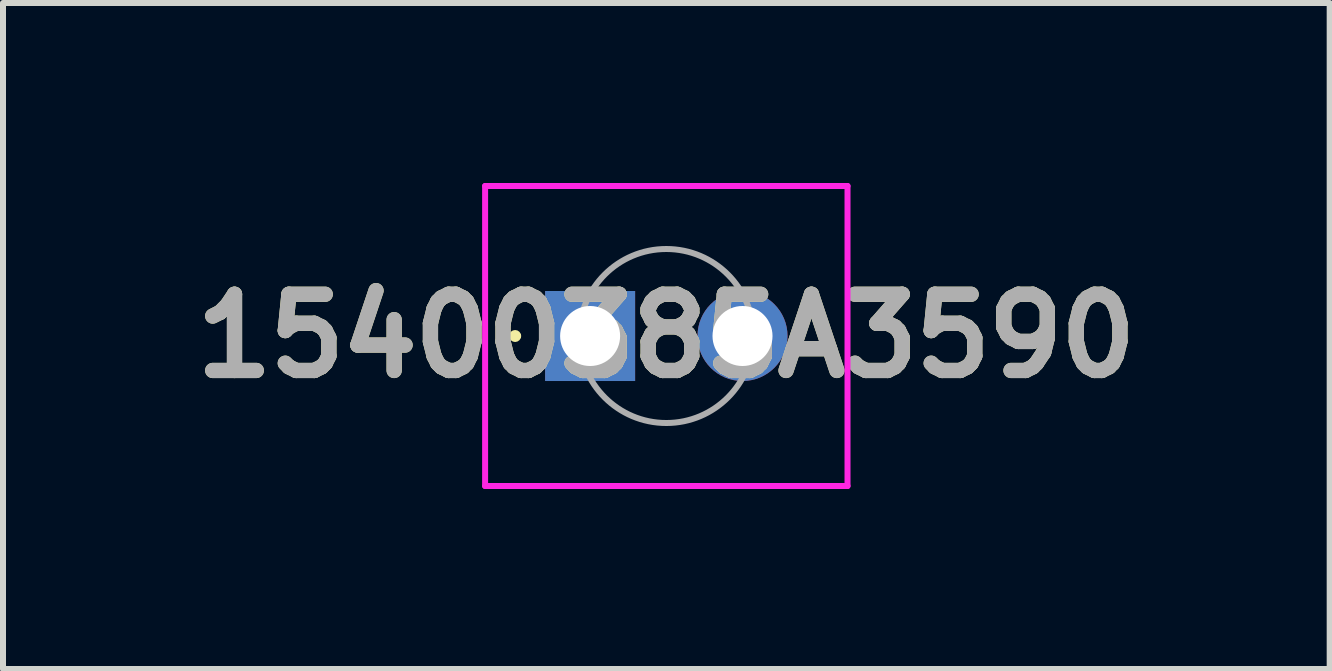
<source format=kicad_pcb>
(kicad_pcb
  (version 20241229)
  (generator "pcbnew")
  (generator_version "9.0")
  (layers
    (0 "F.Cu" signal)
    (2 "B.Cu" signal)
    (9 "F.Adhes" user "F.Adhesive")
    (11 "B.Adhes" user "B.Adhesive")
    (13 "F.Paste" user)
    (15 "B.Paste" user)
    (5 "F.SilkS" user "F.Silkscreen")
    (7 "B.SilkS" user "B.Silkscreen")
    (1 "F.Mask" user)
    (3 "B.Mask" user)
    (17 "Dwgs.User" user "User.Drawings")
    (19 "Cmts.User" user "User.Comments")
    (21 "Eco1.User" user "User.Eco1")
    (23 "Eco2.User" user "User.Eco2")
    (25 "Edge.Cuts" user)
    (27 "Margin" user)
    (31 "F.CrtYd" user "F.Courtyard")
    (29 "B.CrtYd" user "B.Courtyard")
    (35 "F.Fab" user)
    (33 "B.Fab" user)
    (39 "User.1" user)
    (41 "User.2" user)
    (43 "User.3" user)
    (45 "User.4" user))
  (footprint "15400385A3590"
    (layer "F.Cu")
    (at 6.785 2.55)
    (property "Reference" "15400385A3590" (at 1.27 0 0) (layer "F.SilkS") (effects (font (size 1.27 1.27) (thickness 0.254))))
    (attr through_hole)
    (fp_line (start -1.3 0) (end -1.3 0) (stroke (width 0.1) (type solid)) (layer "F.SilkS"))
    (fp_line (start -1.2 0) (end -1.2 0) (stroke (width 0.1) (type solid)) (layer "F.SilkS"))
    (fp_arc (start -1.3 0) (mid -1.25 -0.05) (end -1.2 0) (stroke (width 0.1) (type solid)) (layer "F.SilkS"))
    (fp_arc (start -1.2 0) (mid -1.25 0.05) (end -1.3 0) (stroke (width 0.1) (type solid)) (layer "F.SilkS"))
    (fp_line (start -1.75 -2.5) (end 4.29 -2.5) (stroke (width 0.1) (type solid)) (layer "F.CrtYd"))
    (fp_line (start -1.75 2.5) (end -1.75 -2.5) (stroke (width 0.1) (type solid)) (layer "F.CrtYd"))
    (fp_line (start 4.29 -2.5) (end 4.29 2.5) (stroke (width 0.1) (type solid)) (layer "F.CrtYd"))
    (fp_line (start 4.29 2.5) (end -1.75 2.5) (stroke (width 0.1) (type solid)) (layer "F.CrtYd"))
    (fp_line (start -0.18 0) (end -0.18 0) (stroke (width 0.1) (type solid)) (layer "F.Fab"))
    (fp_line (start 2.72 0) (end 2.72 0) (stroke (width 0.1) (type solid)) (layer "F.Fab"))
    (fp_arc (start -0.18 0) (mid 1.27 -1.45) (end 2.72 0) (stroke (width 0.1) (type solid)) (layer "F.Fab"))
    (fp_arc (start 2.72 0) (mid 1.27 1.45) (end -0.18 0) (stroke (width 0.1) (type solid)) (layer "F.Fab"))
    (fp_text user "${REFERENCE}" (at 1.27 0 0) (layer "F.Fab") (effects (font (size 1.27 1.27) (thickness 0.254))))
    (pad "1" thru_hole rect (at 0 0) (size 1.5 1.5) (drill 1) (layers "*.Cu" "*.Mask"))
    (pad "2" thru_hole circle (at 2.54 0) (size 1.5 1.5) (drill 1) (layers "*.Cu" "*.Mask")))
  (gr_rect
    (start -3 -3)
    (end 19.111 8.1)
    (stroke (width 0.1) (type default))
    (fill no)
    (layer "Edge.Cuts")))
</source>
